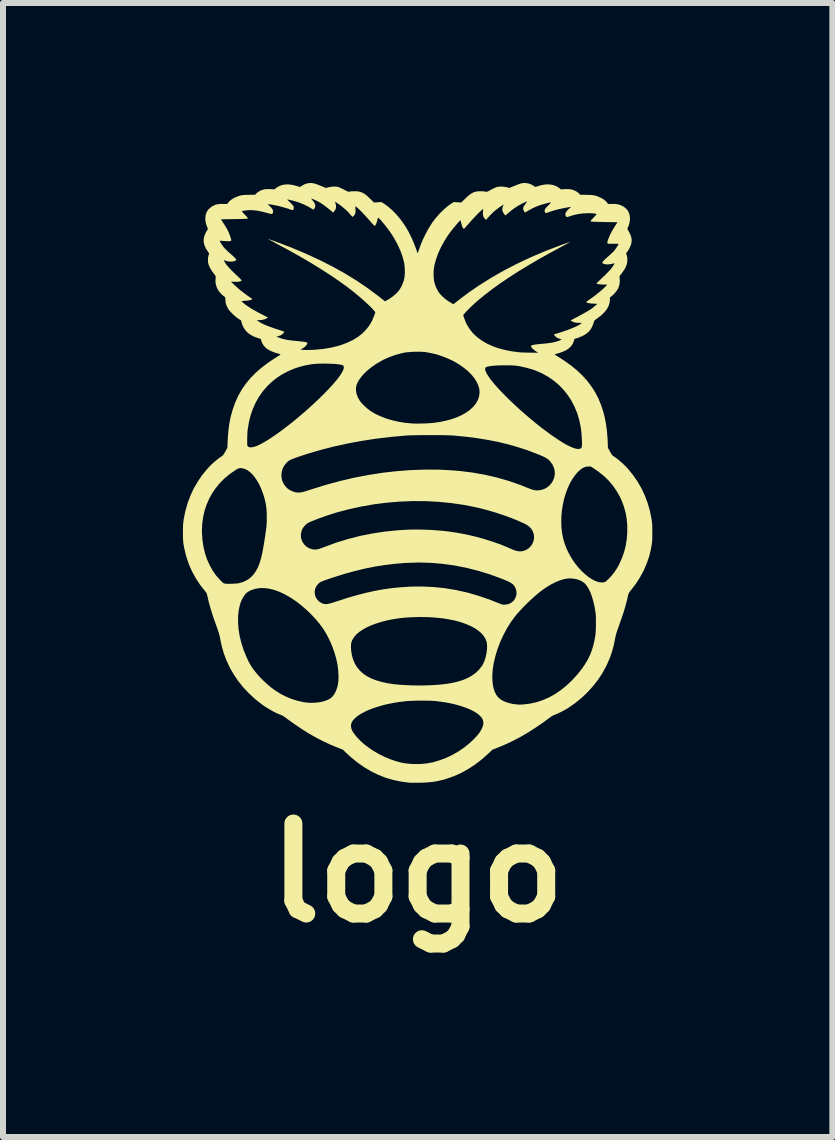
<source format=kicad_pcb>
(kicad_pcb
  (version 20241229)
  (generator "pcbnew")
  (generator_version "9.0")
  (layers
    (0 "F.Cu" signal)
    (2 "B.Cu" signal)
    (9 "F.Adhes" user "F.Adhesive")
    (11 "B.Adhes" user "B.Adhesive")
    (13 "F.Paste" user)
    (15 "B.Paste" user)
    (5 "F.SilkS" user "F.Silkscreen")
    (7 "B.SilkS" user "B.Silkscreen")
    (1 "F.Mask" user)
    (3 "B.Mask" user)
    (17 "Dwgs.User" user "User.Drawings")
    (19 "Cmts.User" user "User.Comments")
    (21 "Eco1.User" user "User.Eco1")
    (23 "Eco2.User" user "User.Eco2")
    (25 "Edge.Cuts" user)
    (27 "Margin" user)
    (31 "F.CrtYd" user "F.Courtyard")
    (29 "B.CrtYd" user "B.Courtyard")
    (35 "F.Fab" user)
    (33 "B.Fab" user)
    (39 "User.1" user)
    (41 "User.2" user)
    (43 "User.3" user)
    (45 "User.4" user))
  (footprint "logo"
    (layer "F.Cu")
    (at 3.912 5)
    (property "Reference" "logo" (at 0 6.5 0) (layer "F.SilkS") (effects (font (size 1.5 1.5) (thickness 0.3))))
    (attr board_only exclude_from_pos_files exclude_from_bom)
    (fp_poly (pts (xy 2.551 -4.019) (xy 2.548 -4.016) (xy 2.545 -4.019) (xy 2.548 -4.022)) (stroke (width 0) (type solid)) (fill yes) (layer "F.SilkS"))
    (fp_poly (pts (xy 1.801 -4.999) (xy 1.85 -4.991) (xy 1.897 -4.973) (xy 1.933 -4.952) (xy 1.963 -4.933) (xy 2.004 -4.947) (xy 2.072 -4.966) (xy 2.138 -4.976) (xy 2.199 -4.976) (xy 2.256 -4.966) (xy 2.309 -4.948) (xy 2.355 -4.92) (xy 2.364 -4.913) (xy 2.388 -4.893) (xy 2.448 -4.897) (xy 2.486 -4.898) (xy 2.521 -4.897) (xy 2.548 -4.895) (xy 2.584 -4.886) (xy 2.62 -4.872) (xy 2.654 -4.854) (xy 2.68 -4.834) (xy 2.687 -4.827) (xy 2.708 -4.804) (xy 2.813 -4.802) (xy 2.853 -4.801) (xy 2.885 -4.8) (xy 2.91 -4.798) (xy 2.931 -4.795) (xy 2.95 -4.791) (xy 2.962 -4.789) (xy 3.014 -4.771) (xy 3.062 -4.749) (xy 3.104 -4.724) (xy 3.138 -4.695) (xy 3.158 -4.672) (xy 3.173 -4.651) (xy 3.246 -4.651) (xy 3.29 -4.65) (xy 3.326 -4.646) (xy 3.357 -4.639) (xy 3.387 -4.629) (xy 3.414 -4.616) (xy 3.443 -4.598) (xy 3.472 -4.574) (xy 3.497 -4.547) (xy 3.51 -4.528) (xy 3.528 -4.485) (xy 3.538 -4.437) (xy 3.539 -4.386) (xy 3.531 -4.333) (xy 3.515 -4.28) (xy 3.509 -4.267) (xy 3.495 -4.235) (xy 3.517 -4.196) (xy 3.544 -4.146) (xy 3.56 -4.1) (xy 3.568 -4.055) (xy 3.566 -4.012) (xy 3.555 -3.967) (xy 3.534 -3.919) (xy 3.534 -3.919) (xy 3.521 -3.895) (xy 3.506 -3.87) (xy 3.496 -3.856) (xy 3.474 -3.827) (xy 3.485 -3.796) (xy 3.494 -3.756) (xy 3.496 -3.721) (xy 3.493 -3.677) (xy 3.483 -3.635) (xy 3.466 -3.593) (xy 3.441 -3.549) (xy 3.411 -3.507) (xy 3.396 -3.487) (xy 3.382 -3.469) (xy 3.373 -3.456) (xy 3.369 -3.452) (xy 3.366 -3.442) (xy 3.366 -3.426) (xy 3.369 -3.401) (xy 3.369 -3.401) (xy 3.37 -3.35) (xy 3.362 -3.299) (xy 3.345 -3.249) (xy 3.342 -3.242) (xy 3.322 -3.209) (xy 3.296 -3.175) (xy 3.267 -3.143) (xy 3.238 -3.117) (xy 3.236 -3.115) (xy 3.205 -3.092) (xy 3.205 -3.054) (xy 3.2 -3.002) (xy 3.183 -2.95) (xy 3.156 -2.899) (xy 3.117 -2.849) (xy 3.068 -2.8) (xy 3.007 -2.752) (xy 2.984 -2.735) (xy 2.964 -2.722) (xy 2.952 -2.711) (xy 2.944 -2.701) (xy 2.939 -2.688) (xy 2.934 -2.672) (xy 2.914 -2.614) (xy 2.886 -2.563) (xy 2.851 -2.52) (xy 2.818 -2.492) (xy 2.781 -2.467) (xy 2.737 -2.444) (xy 2.689 -2.424) (xy 2.654 -2.412) (xy 2.614 -2.4) (xy 2.604 -2.365) (xy 2.587 -2.322) (xy 2.562 -2.283) (xy 2.528 -2.249) (xy 2.486 -2.219) (xy 2.435 -2.193) (xy 2.374 -2.17) (xy 2.327 -2.156) (xy 2.308 -2.151) (xy 2.293 -2.146) (xy 2.286 -2.143) (xy 2.289 -2.138) (xy 2.299 -2.13) (xy 2.315 -2.12) (xy 2.32 -2.117) (xy 2.338 -2.106) (xy 2.362 -2.091) (xy 2.39 -2.073) (xy 2.421 -2.053) (xy 2.44 -2.04) (xy 2.552 -1.961) (xy 2.653 -1.879) (xy 2.744 -1.793) (xy 2.825 -1.704) (xy 2.896 -1.61) (xy 2.959 -1.512) (xy 3.013 -1.408) (xy 3.058 -1.297) (xy 3.096 -1.181) (xy 3.115 -1.108) (xy 3.13 -1.036) (xy 3.143 -0.963) (xy 3.153 -0.887) (xy 3.161 -0.804) (xy 3.167 -0.713) (xy 3.169 -0.666) (xy 3.172 -0.585) (xy 3.207 -0.522) (xy 3.223 -0.494) (xy 3.235 -0.474) (xy 3.247 -0.46) (xy 3.258 -0.45) (xy 3.265 -0.445) (xy 3.312 -0.413) (xy 3.362 -0.373) (xy 3.413 -0.329) (xy 3.462 -0.282) (xy 3.505 -0.236) (xy 3.59 -0.132) (xy 3.666 -0.022) (xy 3.733 0.094) (xy 3.789 0.215) (xy 3.836 0.341) (xy 3.873 0.472) (xy 3.9 0.607) (xy 3.904 0.636) (xy 3.907 0.663) (xy 3.91 0.691) (xy 3.911 0.723) (xy 3.912 0.759) (xy 3.912 0.804) (xy 3.912 0.822) (xy 3.912 0.875) (xy 3.911 0.919) (xy 3.91 0.958) (xy 3.907 0.993) (xy 3.902 1.027) (xy 3.896 1.063) (xy 3.888 1.104) (xy 3.887 1.113) (xy 3.857 1.233) (xy 3.816 1.351) (xy 3.765 1.467) (xy 3.703 1.58) (xy 3.632 1.69) (xy 3.55 1.796) (xy 3.546 1.802) (xy 3.53 1.821) (xy 3.52 1.838) (xy 3.513 1.854) (xy 3.507 1.875) (xy 3.505 1.886) (xy 3.491 1.948) (xy 3.475 2.013) (xy 3.456 2.08) (xy 3.434 2.153) (xy 3.408 2.231) (xy 3.378 2.317) (xy 3.345 2.412) (xy 3.328 2.459) (xy 3.315 2.499) (xy 3.305 2.535) (xy 3.297 2.57) (xy 3.291 2.598) (xy 3.269 2.708) (xy 3.241 2.811) (xy 3.207 2.909) (xy 3.166 3.006) (xy 3.139 3.062) (xy 3.076 3.177) (xy 3.003 3.287) (xy 2.92 3.392) (xy 2.829 3.492) (xy 2.73 3.586) (xy 2.624 3.672) (xy 2.519 3.745) (xy 2.488 3.765) (xy 2.452 3.785) (xy 2.413 3.806) (xy 2.374 3.826) (xy 2.338 3.843) (xy 2.306 3.857) (xy 2.287 3.865) (xy 2.258 3.877) (xy 2.229 3.893) (xy 2.214 3.904) (xy 2.087 3.997) (xy 1.964 4.081) (xy 1.845 4.158) (xy 1.727 4.227) (xy 1.61 4.289) (xy 1.492 4.346) (xy 1.372 4.398) (xy 1.326 4.416) (xy 1.246 4.447) (xy 1.184 4.507) (xy 1.075 4.604) (xy 0.963 4.691) (xy 0.847 4.767) (xy 0.729 4.833) (xy 0.607 4.888) (xy 0.482 4.932) (xy 0.383 4.959) (xy 0.326 4.971) (xy 0.272 4.981) (xy 0.217 4.988) (xy 0.159 4.993) (xy 0.096 4.996) (xy 0.028 4.998) (xy -0.012 4.998) (xy -0.05 4.998) (xy -0.084 4.998) (xy -0.112 4.998) (xy -0.131 4.997) (xy -0.14 4.997) (xy -0.275 4.979) (xy -0.406 4.952) (xy -0.533 4.915) (xy -0.655 4.867) (xy -0.774 4.809) (xy -0.889 4.741) (xy -1.002 4.662) (xy -1.111 4.573) (xy -1.184 4.507) (xy -1.246 4.447) (xy -1.326 4.416) (xy -1.447 4.366) (xy -1.566 4.311) (xy -1.683 4.251) (xy -1.801 4.185) (xy -1.919 4.111) (xy -1.995 4.06) (xy -1.111 4.06) (xy -1.104 4.099) (xy -1.092 4.128) (xy -1.068 4.168) (xy -1.036 4.211) (xy -0.996 4.256) (xy -0.95 4.303) (xy -0.9 4.348) (xy -0.853 4.386) (xy -0.761 4.451) (xy -0.664 4.51) (xy -0.563 4.561) (xy -0.46 4.605) (xy -0.358 4.64) (xy -0.272 4.663) (xy -0.195 4.676) (xy -0.113 4.684) (xy -0.027 4.687) (xy 0.058 4.685) (xy 0.138 4.678) (xy 0.151 4.676) (xy 0.259 4.656) (xy 0.366 4.624) (xy 0.474 4.584) (xy 0.578 4.534) (xy 0.68 4.476) (xy 0.776 4.411) (xy 0.866 4.338) (xy 0.929 4.279) (xy 0.983 4.222) (xy 1.027 4.168) (xy 1.06 4.117) (xy 1.082 4.069) (xy 1.094 4.025) (xy 1.095 3.985) (xy 1.086 3.948) (xy 1.084 3.942) (xy 1.062 3.907) (xy 1.029 3.872) (xy 0.987 3.839) (xy 0.935 3.807) (xy 0.875 3.777) (xy 0.807 3.749) (xy 0.732 3.723) (xy 0.651 3.699) (xy 0.564 3.678) (xy 0.472 3.66) (xy 0.376 3.646) (xy 0.285 3.635) (xy 0.253 3.633) (xy 0.211 3.631) (xy 0.163 3.63) (xy 0.109 3.63) (xy 0.053 3.63) (xy -0.003 3.63) (xy -0.058 3.631) (xy -0.109 3.633) (xy -0.154 3.635) (xy -0.191 3.638) (xy -0.199 3.639) (xy -0.301 3.651) (xy -0.401 3.667) (xy -0.497 3.686) (xy -0.588 3.708) (xy -0.675 3.734) (xy -0.756 3.761) (xy -0.831 3.791) (xy -0.898 3.823) (xy -0.958 3.857) (xy -1.009 3.892) (xy -1.051 3.928) (xy -1.083 3.965) (xy -1.097 3.988) (xy -1.109 4.022) (xy -1.111 4.06) (xy -1.995 4.06) (xy -2.04 4.03) (xy -2.166 3.94) (xy -2.214 3.904) (xy -2.241 3.886) (xy -2.271 3.871) (xy -2.287 3.865) (xy -2.322 3.851) (xy -2.363 3.832) (xy -2.41 3.808) (xy -2.458 3.781) (xy -2.506 3.753) (xy -2.553 3.723) (xy -2.595 3.694) (xy -2.601 3.689) (xy -2.712 3.601) (xy -2.814 3.506) (xy -2.908 3.406) (xy -2.993 3.3) (xy -3.068 3.189) (xy -3.133 3.075) (xy -3.139 3.062) (xy -3.19 2.951) (xy -3.232 2.838) (xy -3.266 2.72) (xy -3.292 2.595) (xy -3.294 2.584) (xy -3.299 2.559) (xy -3.306 2.532) (xy -3.314 2.502) (xy -3.326 2.466) (xy -3.341 2.423) (xy -3.359 2.372) (xy -3.377 2.322) (xy -2.994 2.322) (xy -2.986 2.433) (xy -2.968 2.548) (xy -2.94 2.664) (xy -2.902 2.782) (xy -2.854 2.901) (xy -2.812 2.99) (xy -2.78 3.046) (xy -2.739 3.106) (xy -2.691 3.167) (xy -2.638 3.229) (xy -2.579 3.289) (xy -2.517 3.347) (xy -2.454 3.401) (xy -2.39 3.449) (xy -2.385 3.453) (xy -2.294 3.511) (xy -2.198 3.561) (xy -2.099 3.602) (xy -1.999 3.633) (xy -1.9 3.655) (xy -1.836 3.663) (xy -1.816 3.665) (xy -1.797 3.666) (xy -1.778 3.666) (xy -1.755 3.666) (xy -1.728 3.664) (xy -1.693 3.662) (xy -1.675 3.661) (xy -1.629 3.655) (xy -1.583 3.645) (xy -1.537 3.631) (xy -1.495 3.614) (xy -1.46 3.595) (xy -1.433 3.575) (xy -1.43 3.572) (xy -1.394 3.529) (xy -1.366 3.478) (xy -1.344 3.419) (xy -1.338 3.397) (xy -1.331 3.366) (xy -1.326 3.338) (xy -1.322 3.309) (xy -1.32 3.276) (xy -1.319 3.236) (xy -1.319 3.215) (xy -1.324 3.124) (xy -1.336 3.029) (xy -1.357 2.93) (xy -1.386 2.83) (xy -1.417 2.742) (xy -1.112 2.742) (xy -1.108 2.792) (xy -1.108 2.798) (xy -1.095 2.877) (xy -1.074 2.95) (xy -1.045 3.016) (xy -1.007 3.076) (xy -0.961 3.131) (xy -0.907 3.18) (xy -0.843 3.223) (xy -0.771 3.26) (xy -0.689 3.292) (xy -0.598 3.318) (xy -0.498 3.34) (xy -0.387 3.356) (xy -0.267 3.367) (xy -0.264 3.367) (xy -0.104 3.375) (xy 0.055 3.377) (xy 0.21 3.373) (xy 0.307 3.367) (xy 0.394 3.36) (xy 0.474 3.351) (xy 0.548 3.339) (xy 0.617 3.325) (xy 0.662 3.314) (xy 0.752 3.287) (xy 0.833 3.253) (xy 0.905 3.212) (xy 0.917 3.204) (xy 1.245 3.204) (xy 1.246 3.284) (xy 1.253 3.358) (xy 1.266 3.425) (xy 1.286 3.484) (xy 1.312 3.535) (xy 1.345 3.577) (xy 1.348 3.58) (xy 1.381 3.607) (xy 1.422 3.632) (xy 1.471 3.653) (xy 1.526 3.671) (xy 1.583 3.684) (xy 1.636 3.691) (xy 1.659 3.693) (xy 1.678 3.695) (xy 1.69 3.696) (xy 1.692 3.696) (xy 1.699 3.696) (xy 1.716 3.696) (xy 1.739 3.694) (xy 1.766 3.692) (xy 1.774 3.692) (xy 1.881 3.678) (xy 1.987 3.654) (xy 2.091 3.619) (xy 2.193 3.574) (xy 2.293 3.518) (xy 2.389 3.452) (xy 2.483 3.376) (xy 2.573 3.291) (xy 2.66 3.196) (xy 2.731 3.107) (xy 2.785 3.03) (xy 2.831 2.954) (xy 2.87 2.878) (xy 2.901 2.798) (xy 2.927 2.714) (xy 2.948 2.623) (xy 2.963 2.537) (xy 2.966 2.506) (xy 2.969 2.466) (xy 2.971 2.421) (xy 2.972 2.372) (xy 2.972 2.323) (xy 2.972 2.274) (xy 2.971 2.23) (xy 2.969 2.192) (xy 2.965 2.162) (xy 2.965 2.162) (xy 2.95 2.07) (xy 2.931 1.985) (xy 2.909 1.907) (xy 2.885 1.838) (xy 2.857 1.778) (xy 2.828 1.727) (xy 2.796 1.686) (xy 2.78 1.67) (xy 2.741 1.642) (xy 2.695 1.62) (xy 2.642 1.603) (xy 2.587 1.594) (xy 2.53 1.592) (xy 2.497 1.594) (xy 2.436 1.605) (xy 2.371 1.625) (xy 2.302 1.653) (xy 2.23 1.689) (xy 2.159 1.731) (xy 2.088 1.779) (xy 2.067 1.795) (xy 2.01 1.84) (xy 1.949 1.892) (xy 1.886 1.949) (xy 1.823 2.009) (xy 1.762 2.07) (xy 1.706 2.13) (xy 1.655 2.187) (xy 1.625 2.223) (xy 1.555 2.319) (xy 1.49 2.422) (xy 1.431 2.533) (xy 1.378 2.647) (xy 1.333 2.765) (xy 1.297 2.883) (xy 1.269 3) (xy 1.264 3.026) (xy 1.251 3.118) (xy 1.245 3.204) (xy 0.917 3.204) (xy 0.969 3.166) (xy 1.023 3.114) (xy 1.068 3.056) (xy 1.087 3.025) (xy 1.109 2.979) (xy 1.127 2.928) (xy 1.141 2.873) (xy 1.151 2.816) (xy 1.157 2.761) (xy 1.157 2.709) (xy 1.153 2.664) (xy 1.149 2.648) (xy 1.13 2.598) (xy 1.101 2.551) (xy 1.062 2.505) (xy 1.012 2.463) (xy 0.954 2.423) (xy 0.886 2.387) (xy 0.811 2.354) (xy 0.727 2.324) (xy 0.635 2.298) (xy 0.536 2.277) (xy 0.43 2.259) (xy 0.414 2.257) (xy 0.292 2.245) (xy 0.164 2.237) (xy 0.033 2.235) (xy -0.098 2.239) (xy -0.225 2.247) (xy -0.313 2.257) (xy -0.416 2.273) (xy -0.514 2.293) (xy -0.607 2.317) (xy -0.695 2.345) (xy -0.776 2.375) (xy -0.85 2.409) (xy -0.915 2.445) (xy -0.973 2.484) (xy -1.02 2.524) (xy -1.055 2.564) (xy -1.078 2.598) (xy -1.095 2.63) (xy -1.106 2.663) (xy -1.111 2.7) (xy -1.112 2.742) (xy -1.417 2.742) (xy -1.421 2.73) (xy -1.463 2.632) (xy -1.51 2.538) (xy -1.563 2.449) (xy -1.574 2.433) (xy -1.632 2.353) (xy -1.699 2.272) (xy -1.774 2.192) (xy -1.854 2.115) (xy -1.937 2.043) (xy -2.023 1.976) (xy -2.109 1.918) (xy -2.142 1.898) (xy -2.231 1.849) (xy -2.249 1.841) (xy -1.716 1.841) (xy -1.706 1.887) (xy -1.705 1.891) (xy -1.687 1.926) (xy -1.661 1.959) (xy -1.63 1.987) (xy -1.595 2.006) (xy -1.591 2.008) (xy -1.573 2.014) (xy -1.555 2.018) (xy -1.537 2.021) (xy -1.518 2.02) (xy -1.496 2.017) (xy -1.469 2.011) (xy -1.436 2.002) (xy -1.396 1.99) (xy -1.348 1.974) (xy -1.324 1.967) (xy -1.164 1.915) (xy -1.011 1.871) (xy -0.864 1.833) (xy -0.721 1.801) (xy -0.58 1.775) (xy -0.441 1.755) (xy -0.301 1.741) (xy -0.159 1.731) (xy -0.105 1.728) (xy 0.083 1.727) (xy 0.27 1.736) (xy 0.456 1.755) (xy 0.641 1.786) (xy 0.825 1.827) (xy 1.009 1.88) (xy 1.194 1.943) (xy 1.279 1.977) (xy 1.314 1.991) (xy 1.345 2.003) (xy 1.372 2.013) (xy 1.392 2.021) (xy 1.404 2.026) (xy 1.407 2.027) (xy 1.429 2.03) (xy 1.457 2.029) (xy 1.487 2.025) (xy 1.515 2.019) (xy 1.534 2.012) (xy 1.573 1.989) (xy 1.605 1.958) (xy 1.628 1.921) (xy 1.643 1.881) (xy 1.648 1.837) (xy 1.644 1.793) (xy 1.629 1.749) (xy 1.629 1.749) (xy 1.618 1.728) (xy 1.605 1.709) (xy 1.589 1.692) (xy 1.568 1.676) (xy 1.543 1.66) (xy 1.51 1.643) (xy 1.47 1.625) (xy 1.421 1.605) (xy 1.401 1.597) (xy 1.205 1.525) (xy 1.009 1.465) (xy 0.811 1.415) (xy 0.613 1.376) (xy 0.414 1.349) (xy 0.215 1.332) (xy 0.015 1.327) (xy -0.184 1.333) (xy -0.207 1.334) (xy -0.375 1.348) (xy -0.542 1.368) (xy -0.707 1.394) (xy -0.874 1.427) (xy -1.043 1.468) (xy -1.215 1.515) (xy -1.393 1.571) (xy -1.499 1.606) (xy -1.538 1.62) (xy -1.568 1.631) (xy -1.591 1.64) (xy -1.608 1.647) (xy -1.622 1.654) (xy -1.633 1.661) (xy -1.643 1.67) (xy -1.651 1.677) (xy -1.682 1.712) (xy -1.704 1.752) (xy -1.715 1.795) (xy -1.716 1.841) (xy -2.249 1.841) (xy -2.317 1.81) (xy -2.401 1.781) (xy -2.481 1.762) (xy -2.558 1.753) (xy -2.631 1.753) (xy -2.701 1.764) (xy -2.765 1.784) (xy -2.794 1.797) (xy -2.826 1.814) (xy -2.85 1.832) (xy -2.87 1.852) (xy -2.889 1.876) (xy -2.921 1.928) (xy -2.947 1.984) (xy -2.966 2.045) (xy -2.981 2.114) (xy -2.99 2.191) (xy -2.992 2.213) (xy -2.994 2.322) (xy -3.377 2.322) (xy -3.388 2.289) (xy -3.414 2.215) (xy -3.435 2.148) (xy -3.454 2.086) (xy -3.471 2.027) (xy -3.486 1.97) (xy -3.499 1.912) (xy -3.505 1.886) (xy -3.511 1.861) (xy -3.517 1.843) (xy -3.526 1.827) (xy -3.539 1.81) (xy -3.544 1.804) (xy -3.627 1.698) (xy -3.7 1.587) (xy -3.763 1.471) (xy -3.815 1.351) (xy -3.857 1.227) (xy -3.889 1.098) (xy -3.905 1.01) (xy -3.908 0.982) (xy -3.91 0.945) (xy -3.912 0.9) (xy -3.912 0.846) (xy -3.912 0.822) (xy -3.912 0.786) (xy -3.596 0.786) (xy -3.595 0.839) (xy -3.587 0.954) (xy -3.57 1.065) (xy -3.545 1.172) (xy -3.511 1.274) (xy -3.468 1.37) (xy -3.418 1.46) (xy -3.36 1.543) (xy -3.294 1.618) (xy -3.291 1.62) (xy -3.272 1.64) (xy -3.257 1.655) (xy -3.244 1.666) (xy -3.23 1.673) (xy -3.215 1.678) (xy -3.196 1.681) (xy -3.171 1.682) (xy -3.14 1.682) (xy -3.099 1.681) (xy -3.09 1.681) (xy -3.05 1.679) (xy -3.017 1.677) (xy -2.99 1.674) (xy -2.965 1.668) (xy -2.962 1.667) (xy -2.896 1.646) (xy -2.838 1.617) (xy -2.787 1.58) (xy -2.742 1.534) (xy -2.704 1.482) (xy -2.685 1.45) (xy -2.667 1.417) (xy -2.651 1.38) (xy -2.636 1.34) (xy -2.622 1.296) (xy -2.608 1.246) (xy -2.595 1.19) (xy -2.582 1.127) (xy -2.569 1.055) (xy -2.556 0.975) (xy -2.542 0.885) (xy -2.539 0.858) (xy -1.946 0.858) (xy -1.946 0.901) (xy -1.938 0.94) (xy -1.938 0.94) (xy -1.917 0.989) (xy -1.887 1.031) (xy -1.85 1.065) (xy -1.807 1.09) (xy -1.757 1.106) (xy -1.745 1.108) (xy -1.72 1.111) (xy -1.695 1.11) (xy -1.667 1.106) (xy -1.636 1.098) (xy -1.599 1.085) (xy -1.553 1.068) (xy -1.553 1.068) (xy -1.359 0.996) (xy -1.16 0.935) (xy -0.957 0.883) (xy -0.748 0.842) (xy -0.534 0.81) (xy -0.315 0.788) (xy -0.228 0.783) (xy -0.123 0.778) (xy -0.01 0.777) (xy 0.106 0.779) (xy 0.224 0.784) (xy 0.341 0.792) (xy 0.452 0.802) (xy 0.509 0.809) (xy 0.657 0.831) (xy 0.807 0.859) (xy 0.956 0.893) (xy 1.103 0.933) (xy 1.245 0.978) (xy 1.382 1.026) (xy 1.509 1.079) (xy 1.541 1.093) (xy 1.592 1.115) (xy 1.636 1.13) (xy 1.675 1.139) (xy 1.711 1.141) (xy 1.745 1.138) (xy 1.765 1.133) (xy 1.811 1.116) (xy 1.852 1.089) (xy 1.886 1.056) (xy 1.912 1.017) (xy 1.93 0.973) (xy 1.94 0.927) (xy 1.939 0.878) (xy 1.933 0.847) (xy 1.916 0.801) (xy 1.892 0.762) (xy 1.858 0.727) (xy 1.815 0.697) (xy 1.777 0.677) (xy 1.685 0.636) (xy 2.394 0.636) (xy 2.397 0.74) (xy 2.408 0.837) (xy 2.426 0.928) (xy 2.452 1.017) (xy 2.486 1.104) (xy 2.512 1.159) (xy 2.55 1.228) (xy 2.592 1.295) (xy 2.637 1.358) (xy 2.685 1.416) (xy 2.735 1.47) (xy 2.787 1.518) (xy 2.838 1.561) (xy 2.89 1.596) (xy 2.94 1.625) (xy 2.989 1.645) (xy 3.035 1.657) (xy 3.078 1.66) (xy 3.113 1.655) (xy 3.125 1.65) (xy 3.139 1.641) (xy 3.156 1.626) (xy 3.179 1.604) (xy 3.191 1.592) (xy 3.242 1.536) (xy 3.287 1.478) (xy 3.328 1.414) (xy 3.362 1.351) (xy 3.407 1.251) (xy 3.442 1.151) (xy 3.468 1.049) (xy 3.485 0.942) (xy 3.494 0.831) (xy 3.494 0.816) (xy 3.494 0.702) (xy 3.484 0.594) (xy 3.465 0.49) (xy 3.437 0.39) (xy 3.4 0.292) (xy 3.372 0.232) (xy 3.317 0.135) (xy 3.254 0.044) (xy 3.183 -0.04) (xy 3.102 -0.118) (xy 3.011 -0.19) (xy 2.934 -0.243) (xy 2.883 -0.275) (xy 2.841 -0.273) (xy 2.805 -0.269) (xy 2.771 -0.258) (xy 2.738 -0.24) (xy 2.704 -0.213) (xy 2.673 -0.185) (xy 2.624 -0.129) (xy 2.579 -0.064) (xy 2.537 0.01) (xy 2.5 0.091) (xy 2.468 0.178) (xy 2.441 0.269) (xy 2.42 0.364) (xy 2.405 0.462) (xy 2.396 0.561) (xy 2.394 0.636) (xy 1.685 0.636) (xy 1.67 0.629) (xy 1.554 0.582) (xy 1.431 0.538) (xy 1.305 0.496) (xy 1.176 0.458) (xy 1.048 0.424) (xy 0.97 0.406) (xy 0.767 0.366) (xy 0.559 0.336) (xy 0.347 0.315) (xy 0.133 0.304) (xy -0.083 0.303) (xy -0.3 0.312) (xy -0.517 0.33) (xy -0.733 0.357) (xy -0.947 0.395) (xy -1.158 0.442) (xy -1.358 0.495) (xy -1.415 0.513) (xy -1.476 0.533) (xy -1.537 0.553) (xy -1.598 0.575) (xy -1.656 0.596) (xy -1.71 0.617) (xy -1.758 0.636) (xy -1.798 0.653) (xy -1.823 0.665) (xy -1.858 0.688) (xy -1.889 0.72) (xy -1.916 0.758) (xy -1.926 0.776) (xy -1.939 0.815) (xy -1.946 0.858) (xy -2.539 0.858) (xy -2.536 0.839) (xy -2.529 0.792) (xy -2.524 0.753) (xy -2.52 0.72) (xy -2.518 0.69) (xy -2.516 0.659) (xy -2.515 0.627) (xy -2.515 0.589) (xy -2.515 0.576) (xy -2.516 0.497) (xy -2.521 0.425) (xy -2.53 0.357) (xy -2.544 0.291) (xy -2.563 0.221) (xy -2.577 0.18) (xy -2.606 0.102) (xy -2.638 0.031) (xy -2.674 -0.033) (xy -2.712 -0.09) (xy -2.743 -0.129) (xy -2.271 -0.129) (xy -2.267 -0.074) (xy -2.253 -0.025) (xy -2.23 0.021) (xy -2.197 0.064) (xy -2.192 0.07) (xy -2.168 0.093) (xy -2.144 0.111) (xy -2.116 0.127) (xy -2.111 0.129) (xy -2.075 0.145) (xy -2.043 0.155) (xy -2.011 0.16) (xy -1.974 0.16) (xy -1.969 0.16) (xy -1.955 0.159) (xy -1.94 0.157) (xy -1.923 0.154) (xy -1.902 0.148) (xy -1.875 0.141) (xy -1.842 0.13) (xy -1.801 0.117) (xy -1.773 0.108) (xy -1.535 0.034) (xy -1.296 -0.031) (xy -1.057 -0.087) (xy -0.817 -0.133) (xy -0.578 -0.17) (xy -0.34 -0.197) (xy -0.104 -0.214) (xy 0.129 -0.222) (xy 0.359 -0.221) (xy 0.585 -0.209) (xy 0.71 -0.198) (xy 0.919 -0.172) (xy 1.122 -0.136) (xy 1.321 -0.09) (xy 1.516 -0.034) (xy 1.708 0.033) (xy 1.835 0.083) (xy 1.88 0.101) (xy 1.916 0.113) (xy 1.949 0.121) (xy 1.978 0.125) (xy 2.008 0.124) (xy 2.027 0.123) (xy 2.083 0.111) (xy 2.134 0.09) (xy 2.179 0.059) (xy 2.218 0.021) (xy 2.249 -0.024) (xy 2.272 -0.076) (xy 2.28 -0.104) (xy 2.287 -0.157) (xy 2.283 -0.21) (xy 2.268 -0.262) (xy 2.244 -0.312) (xy 2.21 -0.358) (xy 2.203 -0.367) (xy 2.188 -0.382) (xy 2.171 -0.396) (xy 2.151 -0.409) (xy 2.128 -0.423) (xy 2.099 -0.437) (xy 2.064 -0.453) (xy 2.02 -0.471) (xy 1.968 -0.492) (xy 1.961 -0.495) (xy 1.811 -0.551) (xy 1.659 -0.6) (xy 1.503 -0.644) (xy 1.342 -0.683) (xy 1.175 -0.716) (xy 1.002 -0.744) (xy 0.82 -0.768) (xy 0.629 -0.787) (xy 0.59 -0.79) (xy 0.56 -0.792) (xy 0.52 -0.793) (xy 0.472 -0.795) (xy 0.417 -0.796) (xy 0.357 -0.796) (xy 0.293 -0.797) (xy 0.228 -0.797) (xy 0.161 -0.797) (xy 0.096 -0.797) (xy 0.032 -0.796) (xy -0.027 -0.795) (xy -0.081 -0.794) (xy -0.129 -0.793) (xy -0.167 -0.791) (xy -0.187 -0.79) (xy -0.435 -0.768) (xy -0.681 -0.739) (xy -0.923 -0.702) (xy -1.161 -0.658) (xy -1.394 -0.607) (xy -1.621 -0.549) (xy -1.84 -0.484) (xy -2.004 -0.43) (xy -2.048 -0.414) (xy -2.083 -0.401) (xy -2.11 -0.389) (xy -2.132 -0.378) (xy -2.151 -0.366) (xy -2.167 -0.353) (xy -2.184 -0.337) (xy -2.185 -0.336) (xy -2.222 -0.291) (xy -2.249 -0.243) (xy -2.265 -0.19) (xy -2.271 -0.132) (xy -2.271 -0.129) (xy -2.743 -0.129) (xy -2.752 -0.139) (xy -2.794 -0.18) (xy -2.837 -0.211) (xy -2.881 -0.233) (xy -2.925 -0.244) (xy -2.948 -0.246) (xy -2.965 -0.246) (xy -2.978 -0.244) (xy -2.991 -0.24) (xy -3.007 -0.232) (xy -3.027 -0.219) (xy -3.035 -0.215) (xy -3.133 -0.147) (xy -3.221 -0.074) (xy -3.301 0.007) (xy -3.371 0.093) (xy -3.433 0.186) (xy -3.473 0.26) (xy -3.517 0.36) (xy -3.551 0.461) (xy -3.575 0.565) (xy -3.59 0.673) (xy -3.596 0.786) (xy -3.912 0.786) (xy -3.912 0.774) (xy -3.911 0.735) (xy -3.91 0.702) (xy -3.908 0.673) (xy -3.905 0.645) (xy -3.901 0.617) (xy -3.9 0.607) (xy -3.873 0.472) (xy -3.836 0.341) (xy -3.789 0.215) (xy -3.733 0.094) (xy -3.666 -0.022) (xy -3.59 -0.132) (xy -3.505 -0.236) (xy -3.461 -0.283) (xy -3.412 -0.33) (xy -3.361 -0.374) (xy -3.311 -0.413) (xy -3.265 -0.445) (xy -3.253 -0.454) (xy -3.242 -0.465) (xy -3.231 -0.481) (xy -3.217 -0.504) (xy -3.207 -0.522) (xy -3.172 -0.585) (xy -3.169 -0.668) (xy -3.166 -0.714) (xy -2.841 -0.714) (xy -2.841 -0.68) (xy -2.841 -0.655) (xy -2.84 -0.637) (xy -2.839 -0.625) (xy -2.836 -0.618) (xy -2.833 -0.612) (xy -2.828 -0.607) (xy -2.81 -0.596) (xy -2.784 -0.593) (xy -2.75 -0.596) (xy -2.711 -0.606) (xy -2.708 -0.607) (xy -2.662 -0.625) (xy -2.609 -0.651) (xy -2.55 -0.684) (xy -2.486 -0.723) (xy -2.416 -0.769) (xy -2.342 -0.82) (xy -2.265 -0.876) (xy -2.185 -0.937) (xy -2.102 -1.001) (xy -2.018 -1.069) (xy -1.934 -1.141) (xy -1.849 -1.214) (xy -1.765 -1.29) (xy -1.682 -1.367) (xy -1.62 -1.427) (xy -1.548 -1.498) (xy -1.484 -1.565) (xy -1.464 -1.586) (xy -1.028 -1.586) (xy -1.028 -1.536) (xy -1.018 -1.483) (xy -0.998 -1.429) (xy -0.969 -1.376) (xy -0.952 -1.353) (xy -0.928 -1.325) (xy -0.898 -1.295) (xy -0.867 -1.265) (xy -0.834 -1.236) (xy -0.803 -1.212) (xy -0.785 -1.199) (xy -0.706 -1.151) (xy -0.617 -1.11) (xy -0.522 -1.073) (xy -0.42 -1.043) (xy -0.314 -1.019) (xy -0.204 -1.001) (xy -0.093 -0.991) (xy -0.042 -0.989) (xy -0.01 -0.988) (xy 0.029 -0.989) (xy 0.073 -0.99) (xy 0.119 -0.991) (xy 0.165 -0.993) (xy 0.207 -0.996) (xy 0.243 -0.999) (xy 0.266 -1.001) (xy 0.375 -1.017) (xy 0.478 -1.039) (xy 0.573 -1.065) (xy 0.661 -1.097) (xy 0.74 -1.133) (xy 0.811 -1.174) (xy 0.873 -1.219) (xy 0.926 -1.268) (xy 0.969 -1.321) (xy 1.002 -1.378) (xy 1.01 -1.398) (xy 1.025 -1.448) (xy 1.032 -1.501) (xy 1.03 -1.552) (xy 1.027 -1.57) (xy 1.01 -1.628) (xy 0.982 -1.687) (xy 0.945 -1.746) (xy 0.898 -1.804) (xy 0.835 -1.867) (xy 0.784 -1.908) (xy 1.125 -1.908) (xy 1.126 -1.893) (xy 1.126 -1.889) (xy 1.134 -1.86) (xy 1.15 -1.825) (xy 1.175 -1.785) (xy 1.206 -1.739) (xy 1.245 -1.689) (xy 1.29 -1.635) (xy 1.341 -1.578) (xy 1.397 -1.518) (xy 1.459 -1.455) (xy 1.524 -1.39) (xy 1.593 -1.324) (xy 1.666 -1.256) (xy 1.741 -1.189) (xy 1.818 -1.122) (xy 1.897 -1.055) (xy 1.977 -0.989) (xy 2.058 -0.925) (xy 2.139 -0.864) (xy 2.22 -0.805) (xy 2.223 -0.802) (xy 2.304 -0.746) (xy 2.378 -0.698) (xy 2.446 -0.656) (xy 2.507 -0.623) (xy 2.562 -0.597) (xy 2.61 -0.578) (xy 2.65 -0.568) (xy 2.683 -0.565) (xy 2.709 -0.57) (xy 2.722 -0.578) (xy 2.73 -0.586) (xy 2.735 -0.596) (xy 2.738 -0.61) (xy 2.739 -0.632) (xy 2.739 -0.633) (xy 2.74 -0.66) (xy 2.739 -0.697) (xy 2.737 -0.739) (xy 2.734 -0.784) (xy 2.731 -0.83) (xy 2.726 -0.874) (xy 2.721 -0.914) (xy 2.718 -0.932) (xy 2.693 -1.051) (xy 2.659 -1.164) (xy 2.615 -1.271) (xy 2.563 -1.371) (xy 2.502 -1.465) (xy 2.433 -1.552) (xy 2.356 -1.631) (xy 2.271 -1.703) (xy 2.179 -1.767) (xy 2.08 -1.823) (xy 1.973 -1.87) (xy 1.924 -1.888) (xy 1.825 -1.917) (xy 1.718 -1.941) (xy 1.663 -1.951) (xy 1.628 -1.955) (xy 1.585 -1.958) (xy 1.535 -1.96) (xy 1.48 -1.96) (xy 1.424 -1.96) (xy 1.369 -1.959) (xy 1.316 -1.957) (xy 1.269 -1.954) (xy 1.229 -1.95) (xy 1.217 -1.948) (xy 1.182 -1.942) (xy 1.156 -1.936) (xy 1.14 -1.929) (xy 1.13 -1.92) (xy 1.125 -1.908) (xy 0.784 -1.908) (xy 0.763 -1.925) (xy 0.683 -1.98) (xy 0.597 -2.03) (xy 0.504 -2.074) (xy 0.408 -2.112) (xy 0.31 -2.144) (xy 0.21 -2.167) (xy 0.122 -2.182) (xy 0.084 -2.185) (xy 0.039 -2.187) (xy -0.011 -2.187) (xy -0.063 -2.186) (xy -0.114 -2.183) (xy -0.162 -2.179) (xy -0.203 -2.175) (xy -0.227 -2.171) (xy -0.346 -2.141) (xy -0.461 -2.102) (xy -0.571 -2.053) (xy -0.677 -1.993) (xy -0.71 -1.971) (xy -0.779 -1.922) (xy -0.841 -1.871) (xy -0.896 -1.818) (xy -0.942 -1.765) (xy -0.979 -1.713) (xy -1.007 -1.661) (xy -1.018 -1.634) (xy -1.028 -1.586) (xy -1.464 -1.586) (xy -1.426 -1.628) (xy -1.375 -1.686) (xy -1.331 -1.739) (xy -1.295 -1.788) (xy -1.267 -1.831) (xy -1.247 -1.869) (xy -1.234 -1.901) (xy -1.23 -1.927) (xy -1.234 -1.947) (xy -1.246 -1.96) (xy -1.251 -1.963) (xy -1.274 -1.969) (xy -1.307 -1.975) (xy -1.347 -1.98) (xy -1.393 -1.984) (xy -1.444 -1.986) (xy -1.498 -1.988) (xy -1.554 -1.989) (xy -1.609 -1.988) (xy -1.662 -1.987) (xy -1.711 -1.984) (xy -1.755 -1.98) (xy -1.784 -1.976) (xy -1.878 -1.958) (xy -1.963 -1.936) (xy -2.045 -1.91) (xy -2.125 -1.877) (xy -2.179 -1.852) (xy -2.264 -1.806) (xy -2.342 -1.756) (xy -2.414 -1.7) (xy -2.484 -1.636) (xy -2.509 -1.61) (xy -2.581 -1.527) (xy -2.645 -1.436) (xy -2.701 -1.338) (xy -2.747 -1.234) (xy -2.785 -1.124) (xy -2.814 -1.007) (xy -2.833 -0.885) (xy -2.836 -0.861) (xy -2.838 -0.837) (xy -2.839 -0.804) (xy -2.841 -0.768) (xy -2.841 -0.73) (xy -2.841 -0.714) (xy -3.166 -0.714) (xy -3.164 -0.766) (xy -3.156 -0.855) (xy -3.147 -0.938) (xy -3.134 -1.015) (xy -3.119 -1.091) (xy -3.115 -1.108) (xy -3.081 -1.229) (xy -3.04 -1.344) (xy -2.99 -1.453) (xy -2.932 -1.556) (xy -2.865 -1.653) (xy -2.788 -1.746) (xy -2.702 -1.834) (xy -2.606 -1.918) (xy -2.499 -1.999) (xy -2.435 -2.043) (xy -2.404 -2.063) (xy -2.375 -2.082) (xy -2.348 -2.099) (xy -2.327 -2.113) (xy -2.314 -2.12) (xy -2.299 -2.13) (xy -2.289 -2.138) (xy -2.286 -2.143) (xy -2.286 -2.143) (xy -2.294 -2.146) (xy -2.308 -2.151) (xy -2.327 -2.156) (xy -2.394 -2.177) (xy -2.451 -2.2) (xy -2.499 -2.227) (xy -2.538 -2.257) (xy -2.568 -2.292) (xy -2.591 -2.331) (xy -2.604 -2.366) (xy -2.615 -2.4) (xy -2.654 -2.412) (xy -2.722 -2.436) (xy -2.781 -2.466) (xy -2.83 -2.501) (xy -2.87 -2.543) (xy -2.902 -2.59) (xy -2.926 -2.644) (xy -2.934 -2.671) (xy -2.944 -2.708) (xy -2.995 -2.742) (xy -3.02 -2.761) (xy -3.049 -2.784) (xy -3.077 -2.81) (xy -3.097 -2.829) (xy -3.121 -2.854) (xy -3.139 -2.874) (xy -3.153 -2.893) (xy -3.165 -2.914) (xy -3.175 -2.935) (xy -3.187 -2.96) (xy -3.195 -2.979) (xy -3.2 -2.997) (xy -3.202 -3.016) (xy -3.204 -3.04) (xy -3.207 -3.093) (xy -3.238 -3.117) (xy -3.283 -3.158) (xy -3.319 -3.203) (xy -3.346 -3.252) (xy -3.363 -3.304) (xy -3.371 -3.356) (xy -3.369 -3.398) (xy -3.367 -3.417) (xy -3.365 -3.431) (xy -3.367 -3.442) (xy -3.371 -3.453) (xy -3.38 -3.466) (xy -3.393 -3.484) (xy -3.409 -3.504) (xy -3.44 -3.548) (xy -3.466 -3.593) (xy -3.484 -3.637) (xy -3.487 -3.647) (xy -3.494 -3.68) (xy -3.496 -3.718) (xy -3.494 -3.756) (xy -3.487 -3.788) (xy -3.485 -3.795) (xy -3.475 -3.825) (xy -3.496 -3.855) (xy -3.529 -3.908) (xy -3.552 -3.958) (xy -3.565 -4.007) (xy -3.566 -4.037) (xy -3.298 -4.037) (xy -3.297 -4.03) (xy -3.291 -4.017) (xy -3.28 -3.999) (xy -3.267 -3.978) (xy -3.253 -3.957) (xy -3.238 -3.936) (xy -3.229 -3.925) (xy -3.215 -3.908) (xy -3.193 -3.887) (xy -3.168 -3.862) (xy -3.141 -3.838) (xy -3.124 -3.823) (xy -3.098 -3.8) (xy -3.074 -3.779) (xy -3.055 -3.76) (xy -3.04 -3.745) (xy -3.034 -3.738) (xy -3.026 -3.725) (xy -3.024 -3.717) (xy -3.027 -3.712) (xy -3.03 -3.71) (xy -3.057 -3.697) (xy -3.09 -3.69) (xy -3.129 -3.689) (xy -3.172 -3.695) (xy -3.201 -3.703) (xy -3.233 -3.713) (xy -3.221 -3.69) (xy -3.208 -3.667) (xy -3.191 -3.643) (xy -3.169 -3.615) (xy -3.141 -3.584) (xy -3.108 -3.549) (xy -3.067 -3.508) (xy -3.019 -3.462) (xy -2.988 -3.433) (xy -2.967 -3.413) (xy -2.951 -3.396) (xy -2.939 -3.382) (xy -2.934 -3.374) (xy -2.934 -3.373) (xy -2.944 -3.365) (xy -2.963 -3.359) (xy -2.989 -3.354) (xy -3.02 -3.352) (xy -3.052 -3.352) (xy -3.057 -3.352) (xy -3.113 -3.356) (xy -3.055 -3.3) (xy -2.959 -3.214) (xy -2.856 -3.136) (xy -2.821 -3.111) (xy -2.797 -3.095) (xy -2.778 -3.082) (xy -2.764 -3.071) (xy -2.758 -3.065) (xy -2.758 -3.064) (xy -2.763 -3.057) (xy -2.778 -3.051) (xy -2.802 -3.045) (xy -2.833 -3.04) (xy -2.866 -3.037) (xy -2.892 -3.035) (xy -2.913 -3.033) (xy -2.929 -3.031) (xy -2.935 -3.03) (xy -2.935 -3.03) (xy -2.932 -3.025) (xy -2.923 -3.015) (xy -2.909 -3.002) (xy -2.907 -3.001) (xy -2.875 -2.975) (xy -2.834 -2.946) (xy -2.784 -2.913) (xy -2.726 -2.879) (xy -2.661 -2.843) (xy -2.62 -2.822) (xy -2.494 -2.756) (xy -2.516 -2.743) (xy -2.549 -2.728) (xy -2.588 -2.718) (xy -2.631 -2.713) (xy -2.642 -2.713) (xy -2.681 -2.713) (xy -2.662 -2.699) (xy -2.626 -2.675) (xy -2.58 -2.651) (xy -2.525 -2.626) (xy -2.459 -2.601) (xy -2.382 -2.574) (xy -2.33 -2.557) (xy -2.297 -2.547) (xy -2.269 -2.537) (xy -2.246 -2.529) (xy -2.23 -2.523) (xy -2.222 -2.519) (xy -2.222 -2.519) (xy -2.225 -2.512) (xy -2.234 -2.5) (xy -2.247 -2.487) (xy -2.261 -2.474) (xy -2.275 -2.465) (xy -2.277 -2.464) (xy -2.292 -2.457) (xy -2.312 -2.451) (xy -2.323 -2.448) (xy -2.352 -2.44) (xy -2.321 -2.426) (xy -2.287 -2.412) (xy -2.247 -2.4) (xy -2.203 -2.39) (xy -2.151 -2.381) (xy -2.092 -2.373) (xy -2.022 -2.366) (xy -2 -2.364) (xy -1.95 -2.359) (xy -1.91 -2.354) (xy -1.88 -2.35) (xy -1.859 -2.345) (xy -1.846 -2.339) (xy -1.84 -2.335) (xy -1.838 -2.324) (xy -1.844 -2.309) (xy -1.858 -2.291) (xy -1.878 -2.271) (xy -1.904 -2.251) (xy -1.92 -2.241) (xy -1.953 -2.221) (xy -1.929 -2.219) (xy -1.894 -2.217) (xy -1.851 -2.216) (xy -1.804 -2.216) (xy -1.754 -2.218) (xy -1.706 -2.22) (xy -1.7 -2.221) (xy -1.57 -2.234) (xy -1.447 -2.254) (xy -1.331 -2.282) (xy -1.267 -2.302) (xy -1.167 -2.34) (xy -1.076 -2.384) (xy -0.995 -2.434) (xy -0.923 -2.491) (xy -0.86 -2.554) (xy -0.807 -2.622) (xy -0.763 -2.697) (xy -0.728 -2.779) (xy -0.721 -2.798) (xy -0.705 -2.848) (xy -0.744 -2.892) (xy -0.78 -2.93) (xy -0.824 -2.972) (xy -0.874 -3.019) (xy -0.929 -3.068) (xy -0.988 -3.118) (xy -1.048 -3.168) (xy -1.109 -3.217) (xy -1.169 -3.263) (xy -1.197 -3.284) (xy -1.33 -3.379) (xy -1.471 -3.474) (xy -1.622 -3.571) (xy -1.783 -3.67) (xy -1.954 -3.77) (xy -2.136 -3.872) (xy -2.316 -3.969) (xy -2.357 -3.991) (xy -2.394 -4.012) (xy -2.427 -4.03) (xy -2.455 -4.045) (xy -2.476 -4.056) (xy -2.489 -4.064) (xy -2.493 -4.066) (xy -2.493 -4.066) (xy -2.485 -4.064) (xy -2.468 -4.059) (xy -2.444 -4.05) (xy -2.412 -4.039) (xy -2.375 -4.026) (xy -2.334 -4.01) (xy -2.29 -3.994) (xy -2.245 -3.977) (xy -2.199 -3.959) (xy -2.155 -3.942) (xy -2.112 -3.926) (xy -2.084 -3.914) (xy -1.854 -3.817) (xy -1.633 -3.715) (xy -1.421 -3.608) (xy -1.218 -3.495) (xy -1.025 -3.377) (xy -0.842 -3.253) (xy -0.669 -3.125) (xy -0.628 -3.093) (xy -0.545 -3.027) (xy -0.517 -3.042) (xy -0.471 -3.068) (xy -0.424 -3.101) (xy -0.379 -3.138) (xy -0.339 -3.176) (xy -0.307 -3.214) (xy -0.275 -3.266) (xy -0.248 -3.324) (xy -0.228 -3.386) (xy -0.218 -3.435) (xy -0.215 -3.467) (xy 0.266 -3.467) (xy 0.268 -3.418) (xy 0.273 -3.374) (xy 0.279 -3.342) (xy 0.298 -3.282) (xy 0.324 -3.225) (xy 0.349 -3.182) (xy 0.382 -3.14) (xy 0.424 -3.097) (xy 0.473 -3.056) (xy 0.527 -3.019) (xy 0.563 -2.998) (xy 0.597 -2.979) (xy 0.661 -3.03) (xy 0.84 -3.166) (xy 1.029 -3.296) (xy 1.227 -3.42) (xy 1.435 -3.539) (xy 1.652 -3.651) (xy 1.878 -3.758) (xy 2.113 -3.858) (xy 2.147 -3.871) (xy 2.183 -3.886) (xy 2.223 -3.901) (xy 2.265 -3.917) (xy 2.308 -3.933) (xy 2.351 -3.949) (xy 2.392 -3.965) (xy 2.431 -3.979) (xy 2.465 -3.991) (xy 2.495 -4.001) (xy 2.517 -4.009) (xy 2.532 -4.013) (xy 2.537 -4.014) (xy 2.533 -4.011) (xy 2.52 -4.004) (xy 2.499 -3.992) (xy 2.472 -3.977) (xy 2.44 -3.96) (xy 2.403 -3.94) (xy 2.374 -3.924) (xy 2.183 -3.821) (xy 2.002 -3.719) (xy 1.83 -3.618) (xy 1.667 -3.518) (xy 1.515 -3.42) (xy 1.372 -3.323) (xy 1.24 -3.228) (xy 1.118 -3.134) (xy 1.007 -3.043) (xy 0.982 -3.021) (xy 0.954 -2.996) (xy 0.924 -2.968) (xy 0.894 -2.94) (xy 0.864 -2.911) (xy 0.836 -2.883) (xy 0.811 -2.857) (xy 0.79 -2.834) (xy 0.774 -2.816) (xy 0.764 -2.803) (xy 0.761 -2.798) (xy 0.763 -2.784) (xy 0.77 -2.763) (xy 0.779 -2.737) (xy 0.791 -2.707) (xy 0.803 -2.677) (xy 0.816 -2.649) (xy 0.829 -2.625) (xy 0.875 -2.553) (xy 0.93 -2.487) (xy 0.995 -2.427) (xy 1.069 -2.373) (xy 1.152 -2.324) (xy 1.243 -2.282) (xy 1.342 -2.246) (xy 1.45 -2.217) (xy 1.566 -2.194) (xy 1.689 -2.178) (xy 1.703 -2.177) (xy 1.724 -2.175) (xy 1.754 -2.174) (xy 1.789 -2.173) (xy 1.829 -2.172) (xy 1.869 -2.171) (xy 1.882 -2.171) (xy 2.01 -2.17) (xy 1.977 -2.19) (xy 1.944 -2.213) (xy 1.917 -2.236) (xy 1.899 -2.259) (xy 1.894 -2.268) (xy 1.889 -2.28) (xy 1.89 -2.286) (xy 1.897 -2.291) (xy 1.898 -2.291) (xy 1.911 -2.296) (xy 1.93 -2.301) (xy 1.956 -2.306) (xy 1.99 -2.31) (xy 2.033 -2.315) (xy 2.078 -2.319) (xy 2.154 -2.326) (xy 2.22 -2.335) (xy 2.276 -2.346) (xy 2.322 -2.358) (xy 2.361 -2.372) (xy 2.382 -2.382) (xy 2.401 -2.392) (xy 2.361 -2.405) (xy 2.334 -2.415) (xy 2.313 -2.428) (xy 2.296 -2.443) (xy 2.28 -2.46) (xy 2.272 -2.471) (xy 2.273 -2.477) (xy 2.278 -2.478) (xy 2.286 -2.48) (xy 2.302 -2.484) (xy 2.326 -2.492) (xy 2.356 -2.501) (xy 2.39 -2.512) (xy 2.423 -2.523) (xy 2.482 -2.543) (xy 2.538 -2.564) (xy 2.59 -2.585) (xy 2.636 -2.605) (xy 2.675 -2.625) (xy 2.705 -2.642) (xy 2.721 -2.654) (xy 2.738 -2.668) (xy 2.686 -2.668) (xy 2.64 -2.671) (xy 2.601 -2.68) (xy 2.567 -2.697) (xy 2.563 -2.699) (xy 2.549 -2.708) (xy 2.607 -2.739) (xy 2.67 -2.772) (xy 2.723 -2.801) (xy 2.769 -2.826) (xy 2.808 -2.848) (xy 2.84 -2.867) (xy 2.868 -2.884) (xy 2.892 -2.899) (xy 2.912 -2.914) (xy 2.931 -2.929) (xy 2.949 -2.944) (xy 2.962 -2.955) (xy 2.995 -2.985) (xy 2.928 -2.989) (xy 2.886 -2.991) (xy 2.854 -2.996) (xy 2.832 -3.001) (xy 2.818 -3.008) (xy 2.814 -3.011) (xy 2.813 -3.016) (xy 2.818 -3.023) (xy 2.83 -3.033) (xy 2.85 -3.046) (xy 2.857 -3.051) (xy 2.915 -3.092) (xy 2.974 -3.136) (xy 3.031 -3.183) (xy 3.084 -3.228) (xy 3.129 -3.271) (xy 3.132 -3.274) (xy 3.162 -3.305) (xy 3.087 -3.307) (xy 3.048 -3.309) (xy 3.018 -3.312) (xy 2.996 -3.317) (xy 2.984 -3.323) (xy 2.983 -3.328) (xy 2.987 -3.333) (xy 2.998 -3.344) (xy 3.016 -3.361) (xy 3.038 -3.382) (xy 3.064 -3.407) (xy 3.088 -3.43) (xy 3.119 -3.459) (xy 3.148 -3.488) (xy 3.174 -3.515) (xy 3.196 -3.538) (xy 3.213 -3.556) (xy 3.22 -3.564) (xy 3.236 -3.585) (xy 3.251 -3.606) (xy 3.265 -3.626) (xy 3.275 -3.644) (xy 3.282 -3.656) (xy 3.283 -3.661) (xy 3.277 -3.66) (xy 3.263 -3.658) (xy 3.244 -3.653) (xy 3.241 -3.652) (xy 3.211 -3.646) (xy 3.179 -3.643) (xy 3.149 -3.643) (xy 3.121 -3.647) (xy 3.099 -3.653) (xy 3.083 -3.661) (xy 3.077 -3.671) (xy 3.081 -3.68) (xy 3.093 -3.696) (xy 3.114 -3.718) (xy 3.143 -3.745) (xy 3.18 -3.778) (xy 3.198 -3.794) (xy 3.222 -3.816) (xy 3.246 -3.838) (xy 3.266 -3.859) (xy 3.281 -3.875) (xy 3.281 -3.875) (xy 3.294 -3.892) (xy 3.308 -3.912) (xy 3.322 -3.934) (xy 3.335 -3.954) (xy 3.344 -3.971) (xy 3.35 -3.982) (xy 3.35 -3.984) (xy 3.345 -3.985) (xy 3.331 -3.986) (xy 3.308 -3.987) (xy 3.281 -3.987) (xy 3.257 -3.987) (xy 3.22 -3.986) (xy 3.193 -3.986) (xy 3.175 -3.989) (xy 3.165 -3.994) (xy 3.161 -4.003) (xy 3.163 -4.017) (xy 3.169 -4.038) (xy 3.177 -4.062) (xy 3.202 -4.124) (xy 3.235 -4.19) (xy 3.274 -4.257) (xy 3.292 -4.285) (xy 3.332 -4.345) (xy 3.133 -4.348) (xy 3.072 -4.35) (xy 3.021 -4.351) (xy 2.979 -4.352) (xy 2.946 -4.353) (xy 2.921 -4.355) (xy 2.903 -4.356) (xy 2.891 -4.358) (xy 2.884 -4.36) (xy 2.881 -4.363) (xy 2.881 -4.363) (xy 2.884 -4.369) (xy 2.894 -4.381) (xy 2.909 -4.398) (xy 2.928 -4.418) (xy 2.934 -4.424) (xy 2.953 -4.444) (xy 2.968 -4.461) (xy 2.979 -4.474) (xy 2.983 -4.481) (xy 2.983 -4.482) (xy 2.968 -4.487) (xy 2.944 -4.491) (xy 2.912 -4.494) (xy 2.875 -4.496) (xy 2.834 -4.496) (xy 2.81 -4.495) (xy 2.755 -4.492) (xy 2.704 -4.486) (xy 2.653 -4.477) (xy 2.599 -4.464) (xy 2.542 -4.447) (xy 2.486 -4.43) (xy 2.474 -4.444) (xy 2.463 -4.463) (xy 2.462 -4.485) (xy 2.471 -4.509) (xy 2.49 -4.536) (xy 2.52 -4.567) (xy 2.524 -4.57) (xy 2.558 -4.602) (xy 2.497 -4.592) (xy 2.423 -4.578) (xy 2.348 -4.562) (xy 2.277 -4.543) (xy 2.213 -4.523) (xy 2.18 -4.511) (xy 2.16 -4.504) (xy 2.145 -4.499) (xy 2.137 -4.497) (xy 2.137 -4.497) (xy 2.131 -4.502) (xy 2.123 -4.513) (xy 2.122 -4.515) (xy 2.117 -4.53) (xy 2.117 -4.546) (xy 2.123 -4.563) (xy 2.137 -4.583) (xy 2.159 -4.607) (xy 2.178 -4.626) (xy 2.199 -4.647) (xy 2.213 -4.662) (xy 2.22 -4.672) (xy 2.22 -4.676) (xy 2.218 -4.676) (xy 2.206 -4.674) (xy 2.185 -4.67) (xy 2.159 -4.664) (xy 2.129 -4.656) (xy 2.097 -4.647) (xy 2.067 -4.638) (xy 2.039 -4.629) (xy 2.028 -4.626) (xy 1.967 -4.602) (xy 1.911 -4.576) (xy 1.855 -4.545) (xy 1.846 -4.54) (xy 1.825 -4.527) (xy 1.807 -4.517) (xy 1.795 -4.51) (xy 1.79 -4.508) (xy 1.784 -4.513) (xy 1.776 -4.525) (xy 1.768 -4.54) (xy 1.761 -4.555) (xy 1.759 -4.562) (xy 1.76 -4.585) (xy 1.77 -4.612) (xy 1.79 -4.643) (xy 1.804 -4.661) (xy 1.815 -4.675) (xy 1.821 -4.684) (xy 1.822 -4.689) (xy 1.817 -4.69) (xy 1.805 -4.686) (xy 1.785 -4.677) (xy 1.757 -4.663) (xy 1.731 -4.651) (xy 1.665 -4.614) (xy 1.597 -4.568) (xy 1.525 -4.512) (xy 1.502 -4.492) (xy 1.463 -4.458) (xy 1.447 -4.476) (xy 1.435 -4.493) (xy 1.423 -4.513) (xy 1.42 -4.519) (xy 1.411 -4.549) (xy 1.413 -4.582) (xy 1.424 -4.616) (xy 1.426 -4.62) (xy 1.432 -4.634) (xy 1.433 -4.64) (xy 1.431 -4.639) (xy 1.354 -4.589) (xy 1.283 -4.533) (xy 1.218 -4.472) (xy 1.161 -4.409) (xy 1.142 -4.385) (xy 1.138 -4.388) (xy 1.128 -4.396) (xy 1.119 -4.406) (xy 1.103 -4.426) (xy 1.093 -4.447) (xy 1.088 -4.472) (xy 1.088 -4.504) (xy 1.089 -4.519) (xy 1.093 -4.566) (xy 1.075 -4.554) (xy 1.06 -4.541) (xy 1.038 -4.521) (xy 1.011 -4.494) (xy 0.979 -4.462) (xy 0.944 -4.425) (xy 0.906 -4.384) (xy 0.867 -4.34) (xy 0.827 -4.295) (xy 0.787 -4.249) (xy 0.777 -4.238) (xy 0.77 -4.236) (xy 0.76 -4.243) (xy 0.751 -4.258) (xy 0.746 -4.267) (xy 0.741 -4.282) (xy 0.734 -4.304) (xy 0.727 -4.328) (xy 0.725 -4.334) (xy 0.713 -4.381) (xy 0.668 -4.331) (xy 0.585 -4.234) (xy 0.51 -4.134) (xy 0.445 -4.032) (xy 0.388 -3.928) (xy 0.341 -3.824) (xy 0.304 -3.72) (xy 0.277 -3.617) (xy 0.276 -3.609) (xy 0.27 -3.566) (xy 0.266 -3.518) (xy 0.266 -3.467) (xy -0.215 -3.467) (xy -0.215 -3.468) (xy -0.213 -3.508) (xy -0.214 -3.552) (xy -0.216 -3.596) (xy -0.22 -3.637) (xy -0.225 -3.671) (xy -0.226 -3.675) (xy -0.253 -3.776) (xy -0.291 -3.879) (xy -0.339 -3.983) (xy -0.396 -4.086) (xy -0.462 -4.188) (xy -0.536 -4.287) (xy -0.604 -4.368) (xy -0.623 -4.388) (xy -0.639 -4.405) (xy -0.652 -4.416) (xy -0.659 -4.421) (xy -0.66 -4.421) (xy -0.664 -4.413) (xy -0.668 -4.398) (xy -0.67 -4.388) (xy -0.677 -4.36) (xy -0.686 -4.334) (xy -0.695 -4.311) (xy -0.705 -4.294) (xy -0.709 -4.289) (xy -0.713 -4.286) (xy -0.717 -4.287) (xy -0.724 -4.29) (xy -0.733 -4.298) (xy -0.746 -4.312) (xy -0.764 -4.331) (xy -0.787 -4.358) (xy -0.796 -4.368) (xy -0.832 -4.409) (xy -0.868 -4.448) (xy -0.903 -4.486) (xy -0.936 -4.521) (xy -0.967 -4.551) (xy -0.992 -4.575) (xy -1.012 -4.593) (xy -1.016 -4.596) (xy -1.039 -4.614) (xy -1.036 -4.562) (xy -1.035 -4.528) (xy -1.038 -4.501) (xy -1.044 -4.481) (xy -1.055 -4.464) (xy -1.066 -4.452) (xy -1.086 -4.433) (xy -1.104 -4.453) (xy -1.116 -4.467) (xy -1.133 -4.486) (xy -1.15 -4.506) (xy -1.151 -4.507) (xy -1.172 -4.529) (xy -1.2 -4.555) (xy -1.233 -4.583) (xy -1.268 -4.612) (xy -1.302 -4.638) (xy -1.335 -4.66) (xy -1.335 -4.661) (xy -1.354 -4.673) (xy -1.369 -4.682) (xy -1.378 -4.687) (xy -1.379 -4.687) (xy -1.379 -4.683) (xy -1.374 -4.672) (xy -1.373 -4.669) (xy -1.367 -4.654) (xy -1.362 -4.633) (xy -1.361 -4.617) (xy -1.361 -4.589) (xy -1.368 -4.563) (xy -1.384 -4.537) (xy -1.395 -4.523) (xy -1.409 -4.506) (xy -1.455 -4.546) (xy -1.51 -4.59) (xy -1.56 -4.628) (xy -1.607 -4.66) (xy -1.653 -4.687) (xy -1.7 -4.711) (xy -1.722 -4.72) (xy -1.744 -4.73) (xy -1.762 -4.738) (xy -1.773 -4.742) (xy -1.776 -4.743) (xy -1.774 -4.739) (xy -1.766 -4.729) (xy -1.755 -4.714) (xy -1.751 -4.709) (xy -1.736 -4.689) (xy -1.723 -4.671) (xy -1.714 -4.656) (xy -1.714 -4.655) (xy -1.707 -4.629) (xy -1.709 -4.602) (xy -1.719 -4.577) (xy -1.724 -4.571) (xy -1.738 -4.555) (xy -1.774 -4.577) (xy -1.834 -4.611) (xy -1.898 -4.642) (xy -1.962 -4.668) (xy -1.981 -4.675) (xy -2.006 -4.684) (xy -2.035 -4.692) (xy -2.066 -4.701) (xy -2.096 -4.709) (xy -2.124 -4.716) (xy -2.147 -4.721) (xy -2.164 -4.725) (xy -2.173 -4.725) (xy -2.174 -4.725) (xy -2.171 -4.721) (xy -2.161 -4.71) (xy -2.146 -4.695) (xy -2.128 -4.677) (xy -2.125 -4.675) (xy -2.106 -4.655) (xy -2.088 -4.636) (xy -2.076 -4.621) (xy -2.07 -4.612) (xy -2.07 -4.612) (xy -2.065 -4.591) (xy -2.066 -4.571) (xy -2.072 -4.556) (xy -2.083 -4.548) (xy -2.088 -4.548) (xy -2.097 -4.549) (xy -2.113 -4.554) (xy -2.132 -4.561) (xy -2.165 -4.573) (xy -2.206 -4.585) (xy -2.251 -4.598) (xy -2.296 -4.61) (xy -2.338 -4.62) (xy -2.369 -4.626) (xy -2.4 -4.632) (xy -2.43 -4.638) (xy -2.457 -4.642) (xy -2.479 -4.645) (xy -2.493 -4.647) (xy -2.498 -4.647) (xy -2.495 -4.642) (xy -2.486 -4.632) (xy -2.471 -4.619) (xy -2.467 -4.615) (xy -2.44 -4.589) (xy -2.421 -4.562) (xy -2.411 -4.537) (xy -2.409 -4.514) (xy -2.416 -4.495) (xy -2.422 -4.489) (xy -2.427 -4.485) (xy -2.433 -4.483) (xy -2.442 -4.484) (xy -2.456 -4.486) (xy -2.477 -4.492) (xy -2.504 -4.499) (xy -2.593 -4.522) (xy -2.674 -4.538) (xy -2.748 -4.546) (xy -2.815 -4.547) (xy -2.864 -4.542) (xy -2.894 -4.538) (xy -2.914 -4.535) (xy -2.925 -4.531) (xy -2.927 -4.524) (xy -2.921 -4.514) (xy -2.907 -4.498) (xy -2.885 -4.476) (xy -2.88 -4.471) (xy -2.858 -4.448) (xy -2.843 -4.431) (xy -2.834 -4.42) (xy -2.83 -4.413) (xy -2.83 -4.409) (xy -2.833 -4.406) (xy -2.842 -4.405) (xy -2.861 -4.403) (xy -2.889 -4.402) (xy -2.927 -4.4) (xy -2.974 -4.399) (xy -3.028 -4.398) (xy -3.061 -4.398) (xy -3.109 -4.397) (xy -3.153 -4.396) (xy -3.193 -4.396) (xy -3.226 -4.395) (xy -3.252 -4.394) (xy -3.27 -4.394) (xy -3.277 -4.393) (xy -3.278 -4.393) (xy -3.275 -4.388) (xy -3.267 -4.375) (xy -3.255 -4.357) (xy -3.24 -4.333) (xy -3.23 -4.318) (xy -3.211 -4.288) (xy -3.192 -4.257) (xy -3.175 -4.228) (xy -3.163 -4.204) (xy -3.16 -4.198) (xy -3.148 -4.172) (xy -3.137 -4.144) (xy -3.127 -4.116) (xy -3.118 -4.089) (xy -3.111 -4.066) (xy -3.107 -4.049) (xy -3.107 -4.041) (xy -3.114 -4.034) (xy -3.131 -4.03) (xy -3.158 -4.029) (xy -3.195 -4.03) (xy -3.223 -4.032) (xy -3.251 -4.034) (xy -3.274 -4.036) (xy -3.29 -4.037) (xy -3.298 -4.037) (xy -3.298 -4.037) (xy -3.566 -4.037) (xy -3.567 -4.055) (xy -3.559 -4.104) (xy -3.54 -4.154) (xy -3.518 -4.196) (xy -3.495 -4.235) (xy -3.509 -4.267) (xy -3.528 -4.32) (xy -3.538 -4.373) (xy -3.539 -4.425) (xy -3.532 -4.474) (xy -3.515 -4.518) (xy -3.51 -4.528) (xy -3.49 -4.555) (xy -3.464 -4.581) (xy -3.434 -4.604) (xy -3.414 -4.616) (xy -3.383 -4.631) (xy -3.353 -4.641) (xy -3.321 -4.647) (xy -3.284 -4.65) (xy -3.246 -4.651) (xy -3.173 -4.651) (xy -3.158 -4.672) (xy -3.131 -4.702) (xy -3.094 -4.73) (xy -3.051 -4.755) (xy -3.001 -4.776) (xy -2.962 -4.789) (xy -2.943 -4.793) (xy -2.923 -4.797) (xy -2.9 -4.799) (xy -2.873 -4.801) (xy -2.838 -4.802) (xy -2.813 -4.802) (xy -2.708 -4.804) (xy -2.687 -4.827) (xy -2.664 -4.847) (xy -2.632 -4.866) (xy -2.597 -4.882) (xy -2.56 -4.892) (xy -2.548 -4.895) (xy -2.519 -4.897) (xy -2.484 -4.898) (xy -2.449 -4.897) (xy -2.389 -4.893) (xy -2.365 -4.913) (xy -2.318 -4.943) (xy -2.267 -4.964) (xy -2.21 -4.975) (xy -2.149 -4.976) (xy -2.083 -4.967) (xy -2.014 -4.949) (xy -1.962 -4.932) (xy -1.939 -4.948) (xy -1.891 -4.976) (xy -1.841 -4.993) (xy -1.79 -5) (xy -1.739 -4.995) (xy -1.738 -4.995) (xy -1.721 -4.991) (xy -1.696 -4.983) (xy -1.666 -4.972) (xy -1.634 -4.96) (xy -1.616 -4.953) (xy -1.529 -4.917) (xy -1.487 -4.928) (xy -1.454 -4.935) (xy -1.416 -4.939) (xy -1.379 -4.94) (xy -1.345 -4.937) (xy -1.326 -4.934) (xy -1.312 -4.929) (xy -1.29 -4.919) (xy -1.264 -4.907) (xy -1.236 -4.893) (xy -1.227 -4.888) (xy -1.201 -4.875) (xy -1.179 -4.864) (xy -1.162 -4.856) (xy -1.153 -4.852) (xy -1.152 -4.852) (xy -1.143 -4.855) (xy -1.127 -4.858) (xy -1.104 -4.86) (xy -1.078 -4.861) (xy -1.051 -4.862) (xy -1.026 -4.862) (xy -1.006 -4.861) (xy -1.001 -4.86) (xy -0.968 -4.854) (xy -0.938 -4.845) (xy -0.91 -4.833) (xy -0.882 -4.816) (xy -0.852 -4.793) (xy -0.819 -4.763) (xy -0.791 -4.736) (xy -0.728 -4.674) (xy -0.665 -4.678) (xy -0.603 -4.682) (xy -0.574 -4.664) (xy -0.499 -4.611) (xy -0.426 -4.548) (xy -0.355 -4.476) (xy -0.288 -4.396) (xy -0.225 -4.309) (xy -0.189 -4.253) (xy -0.147 -4.178) (xy -0.106 -4.095) (xy -0.067 -4.008) (xy -0.034 -3.921) (xy -0.019 -3.88) (xy -0.012 -3.858) (xy -0.005 -3.841) (xy -0.000454 -3.831) (xy 0.001 -3.83) (xy 0.004 -3.837) (xy 0.01 -3.852) (xy 0.016 -3.872) (xy 0.02 -3.882) (xy 0.051 -3.97) (xy 0.089 -4.061) (xy 0.132 -4.149) (xy 0.178 -4.234) (xy 0.226 -4.312) (xy 0.245 -4.341) (xy 0.301 -4.414) (xy 0.361 -4.484) (xy 0.425 -4.547) (xy 0.489 -4.604) (xy 0.553 -4.651) (xy 0.566 -4.659) (xy 0.603 -4.682) (xy 0.665 -4.678) (xy 0.728 -4.674) (xy 0.793 -4.739) (xy 0.833 -4.776) (xy 0.869 -4.806) (xy 0.901 -4.828) (xy 0.932 -4.844) (xy 0.964 -4.854) (xy 0.999 -4.86) (xy 1.038 -4.862) (xy 1.046 -4.862) (xy 1.074 -4.861) (xy 1.1 -4.86) (xy 1.121 -4.857) (xy 1.13 -4.856) (xy 1.142 -4.853) (xy 1.152 -4.853) (xy 1.163 -4.856) (xy 1.178 -4.863) (xy 1.199 -4.874) (xy 1.203 -4.876) (xy 1.238 -4.895) (xy 1.266 -4.909) (xy 1.288 -4.92) (xy 1.306 -4.927) (xy 1.323 -4.933) (xy 1.326 -4.934) (xy 1.354 -4.938) (xy 1.388 -4.94) (xy 1.426 -4.938) (xy 1.463 -4.934) (xy 1.488 -4.928) (xy 1.529 -4.917) (xy 1.605 -4.948) (xy 1.65 -4.966) (xy 1.686 -4.98) (xy 1.716 -4.99) (xy 1.742 -4.996) (xy 1.765 -4.999) (xy 1.787 -5)) (stroke (width 0) (type solid)) (fill yes) (layer "F.SilkS")))
  (gr_rect
    (start -3 -3)
    (end 10.825 15.904)
    (stroke (width 0.1) (type default))
    (fill no)
    (layer "Edge.Cuts")))
</source>
